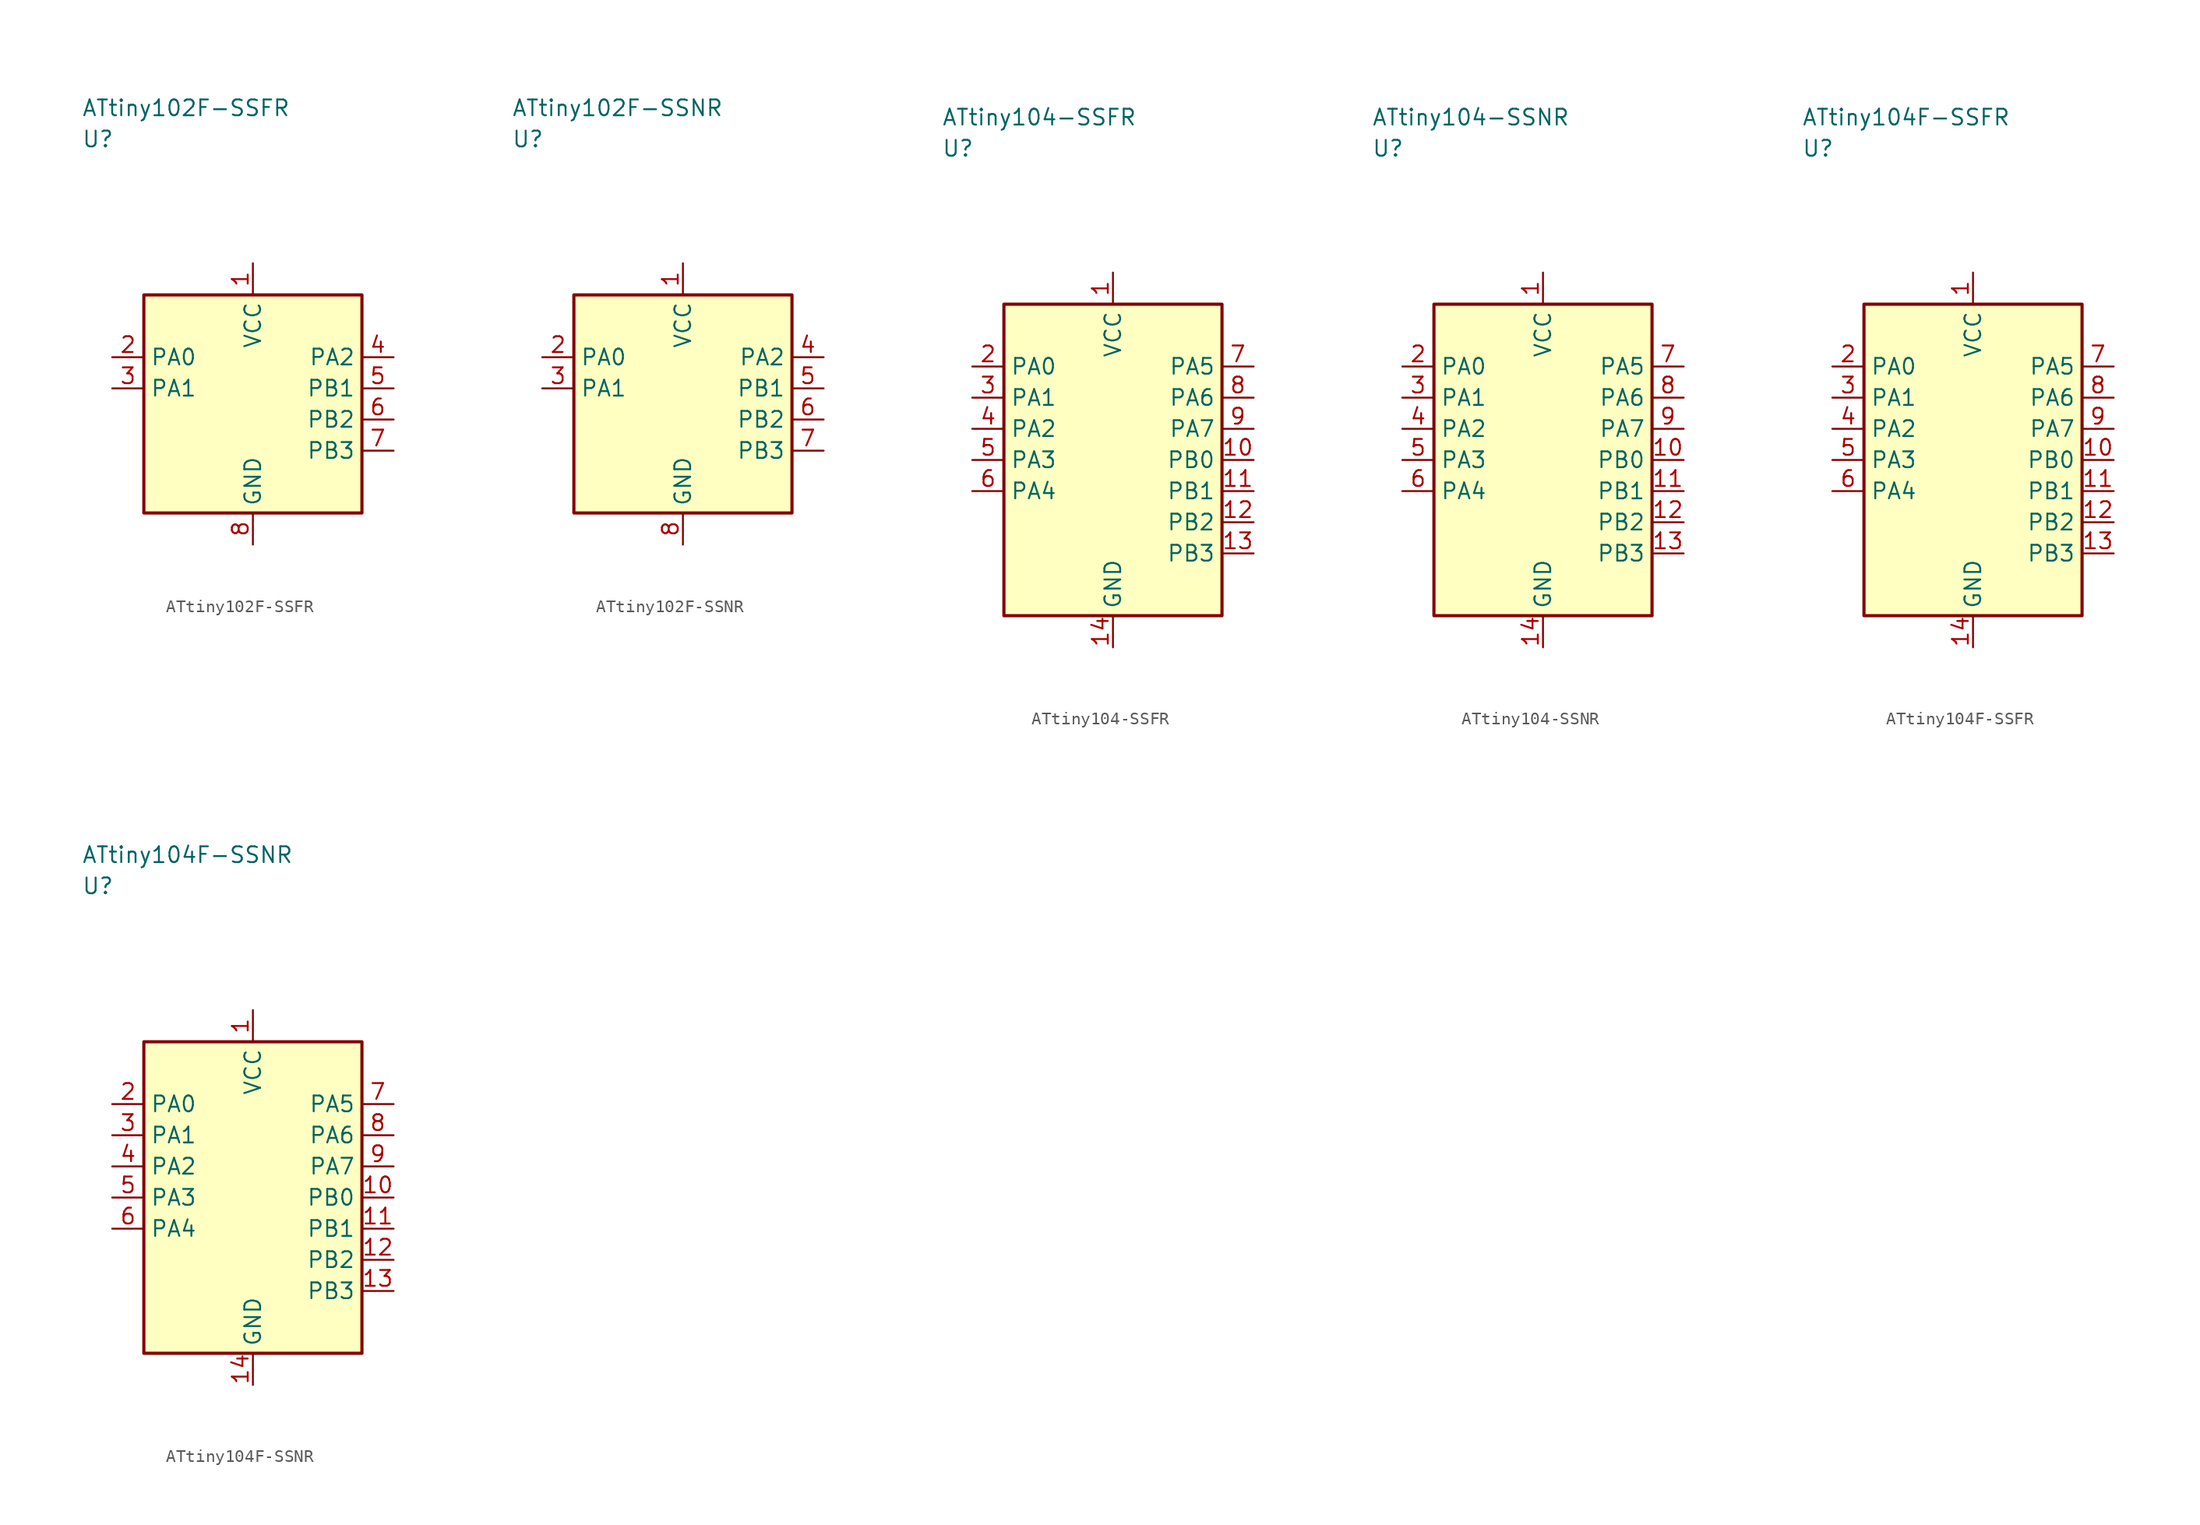
<source format=kicad_sym>
(kicad_symbol_lib
  (version 20241025)
  (generator "kicad_symbol_editor")
  (generator_version "8.0")
  (symbol "ATtiny102F-SSFR"
    (property "Reference" "U"
      (at -13.75 21.25 0)
      (effects (font (size 1.27 1.27)) (justify left)))
    (property "Value" "ATtiny102F-SSFR"
      (at -13.75 23.75 0)
      (effects (font (size 1.27 1.27)) (justify left)))
    (symbol "ATtiny102F-SSFR_0_1"
      (rectangle (start -8.75 8.75) (end 8.75 -8.75) (stroke (width 0.254) (type default)) (fill (type background))))
    (symbol "ATtiny102F-SSFR_1_1"
      (pin power_in line (at 0.0 11.29 270.0) (length 2.54) (name "VCC" (effects (font (size 1.27 1.27)))) (number "1" (effects (font (size 1.27 1.27)))))
      (pin bidirectional line (at -11.29 3.75 0.0) (length 2.54) (name "PA0" (effects (font (size 1.27 1.27)))) (number "2" (effects (font (size 1.27 1.27)))))
      (pin bidirectional line (at -11.29 1.25 0.0) (length 2.54) (name "PA1" (effects (font (size 1.27 1.27)))) (number "3" (effects (font (size 1.27 1.27)))))
      (pin bidirectional line (at 11.29 3.75 180.0) (length 2.54) (name "PA2" (effects (font (size 1.27 1.27)))) (number "4" (effects (font (size 1.27 1.27)))))
      (pin bidirectional line (at 11.29 1.25 180.0) (length 2.54) (name "PB1" (effects (font (size 1.27 1.27)))) (number "5" (effects (font (size 1.27 1.27)))))
      (pin bidirectional line (at 11.29 -1.25 180.0) (length 2.54) (name "PB2" (effects (font (size 1.27 1.27)))) (number "6" (effects (font (size 1.27 1.27)))))
      (pin bidirectional line (at 11.29 -3.75 180.0) (length 2.54) (name "PB3" (effects (font (size 1.27 1.27)))) (number "7" (effects (font (size 1.27 1.27)))))
      (pin passive line (at 0.0 -11.29 90.0) (length 2.54) (name "GND" (effects (font (size 1.27 1.27)))) (number "8" (effects (font (size 1.27 1.27)))))))
  (symbol "ATtiny102F-SSNR"
    (property "Reference" "U"
      (at -13.75 21.25 0)
      (effects (font (size 1.27 1.27)) (justify left)))
    (property "Value" "ATtiny102F-SSNR"
      (at -13.75 23.75 0)
      (effects (font (size 1.27 1.27)) (justify left)))
    (symbol "ATtiny102F-SSNR_0_1"
      (rectangle (start -8.75 8.75) (end 8.75 -8.75) (stroke (width 0.254) (type default)) (fill (type background))))
    (symbol "ATtiny102F-SSNR_1_1"
      (pin power_in line (at 0.0 11.29 270.0) (length 2.54) (name "VCC" (effects (font (size 1.27 1.27)))) (number "1" (effects (font (size 1.27 1.27)))))
      (pin bidirectional line (at -11.29 3.75 0.0) (length 2.54) (name "PA0" (effects (font (size 1.27 1.27)))) (number "2" (effects (font (size 1.27 1.27)))))
      (pin bidirectional line (at -11.29 1.25 0.0) (length 2.54) (name "PA1" (effects (font (size 1.27 1.27)))) (number "3" (effects (font (size 1.27 1.27)))))
      (pin bidirectional line (at 11.29 3.75 180.0) (length 2.54) (name "PA2" (effects (font (size 1.27 1.27)))) (number "4" (effects (font (size 1.27 1.27)))))
      (pin bidirectional line (at 11.29 1.25 180.0) (length 2.54) (name "PB1" (effects (font (size 1.27 1.27)))) (number "5" (effects (font (size 1.27 1.27)))))
      (pin bidirectional line (at 11.29 -1.25 180.0) (length 2.54) (name "PB2" (effects (font (size 1.27 1.27)))) (number "6" (effects (font (size 1.27 1.27)))))
      (pin bidirectional line (at 11.29 -3.75 180.0) (length 2.54) (name "PB3" (effects (font (size 1.27 1.27)))) (number "7" (effects (font (size 1.27 1.27)))))
      (pin passive line (at 0.0 -11.29 90.0) (length 2.54) (name "GND" (effects (font (size 1.27 1.27)))) (number "8" (effects (font (size 1.27 1.27)))))))
  (symbol "ATtiny104-SSFR"
    (property "Reference" "U"
      (at -13.75 25.0 0)
      (effects (font (size 1.27 1.27)) (justify left)))
    (property "Value" "ATtiny104-SSFR"
      (at -13.75 27.5 0)
      (effects (font (size 1.27 1.27)) (justify left)))
    (symbol "ATtiny104-SSFR_0_1"
      (rectangle (start -8.75 12.5) (end 8.75 -12.5) (stroke (width 0.254) (type default)) (fill (type background))))
    (symbol "ATtiny104-SSFR_1_1"
      (pin power_in line (at 0.0 15.04 270.0) (length 2.54) (name "VCC" (effects (font (size 1.27 1.27)))) (number "1" (effects (font (size 1.27 1.27)))))
      (pin bidirectional line (at -11.29 7.5 0.0) (length 2.54) (name "PA0" (effects (font (size 1.27 1.27)))) (number "2" (effects (font (size 1.27 1.27)))))
      (pin bidirectional line (at -11.29 5.0 0.0) (length 2.54) (name "PA1" (effects (font (size 1.27 1.27)))) (number "3" (effects (font (size 1.27 1.27)))))
      (pin bidirectional line (at -11.29 2.5 0.0) (length 2.54) (name "PA2" (effects (font (size 1.27 1.27)))) (number "4" (effects (font (size 1.27 1.27)))))
      (pin bidirectional line (at -11.29 0.0 0.0) (length 2.54) (name "PA3" (effects (font (size 1.27 1.27)))) (number "5" (effects (font (size 1.27 1.27)))))
      (pin bidirectional line (at -11.29 -2.5 0.0) (length 2.54) (name "PA4" (effects (font (size 1.27 1.27)))) (number "6" (effects (font (size 1.27 1.27)))))
      (pin bidirectional line (at 11.29 7.5 180.0) (length 2.54) (name "PA5" (effects (font (size 1.27 1.27)))) (number "7" (effects (font (size 1.27 1.27)))))
      (pin bidirectional line (at 11.29 5.0 180.0) (length 2.54) (name "PA6" (effects (font (size 1.27 1.27)))) (number "8" (effects (font (size 1.27 1.27)))))
      (pin bidirectional line (at 11.29 2.5 180.0) (length 2.54) (name "PA7" (effects (font (size 1.27 1.27)))) (number "9" (effects (font (size 1.27 1.27)))))
      (pin bidirectional line (at 11.29 0.0 180.0) (length 2.54) (name "PB0" (effects (font (size 1.27 1.27)))) (number "10" (effects (font (size 1.27 1.27)))))
      (pin bidirectional line (at 11.29 -2.5 180.0) (length 2.54) (name "PB1" (effects (font (size 1.27 1.27)))) (number "11" (effects (font (size 1.27 1.27)))))
      (pin bidirectional line (at 11.29 -5.0 180.0) (length 2.54) (name "PB2" (effects (font (size 1.27 1.27)))) (number "12" (effects (font (size 1.27 1.27)))))
      (pin bidirectional line (at 11.29 -7.5 180.0) (length 2.54) (name "PB3" (effects (font (size 1.27 1.27)))) (number "13" (effects (font (size 1.27 1.27)))))
      (pin passive line (at 0.0 -15.04 90.0) (length 2.54) (name "GND" (effects (font (size 1.27 1.27)))) (number "14" (effects (font (size 1.27 1.27)))))))
  (symbol "ATtiny104-SSNR"
    (property "Reference" "U"
      (at -13.75 25.0 0)
      (effects (font (size 1.27 1.27)) (justify left)))
    (property "Value" "ATtiny104-SSNR"
      (at -13.75 27.5 0)
      (effects (font (size 1.27 1.27)) (justify left)))
    (symbol "ATtiny104-SSNR_0_1"
      (rectangle (start -8.75 12.5) (end 8.75 -12.5) (stroke (width 0.254) (type default)) (fill (type background))))
    (symbol "ATtiny104-SSNR_1_1"
      (pin power_in line (at 0.0 15.04 270.0) (length 2.54) (name "VCC" (effects (font (size 1.27 1.27)))) (number "1" (effects (font (size 1.27 1.27)))))
      (pin bidirectional line (at -11.29 7.5 0.0) (length 2.54) (name "PA0" (effects (font (size 1.27 1.27)))) (number "2" (effects (font (size 1.27 1.27)))))
      (pin bidirectional line (at -11.29 5.0 0.0) (length 2.54) (name "PA1" (effects (font (size 1.27 1.27)))) (number "3" (effects (font (size 1.27 1.27)))))
      (pin bidirectional line (at -11.29 2.5 0.0) (length 2.54) (name "PA2" (effects (font (size 1.27 1.27)))) (number "4" (effects (font (size 1.27 1.27)))))
      (pin bidirectional line (at -11.29 0.0 0.0) (length 2.54) (name "PA3" (effects (font (size 1.27 1.27)))) (number "5" (effects (font (size 1.27 1.27)))))
      (pin bidirectional line (at -11.29 -2.5 0.0) (length 2.54) (name "PA4" (effects (font (size 1.27 1.27)))) (number "6" (effects (font (size 1.27 1.27)))))
      (pin bidirectional line (at 11.29 7.5 180.0) (length 2.54) (name "PA5" (effects (font (size 1.27 1.27)))) (number "7" (effects (font (size 1.27 1.27)))))
      (pin bidirectional line (at 11.29 5.0 180.0) (length 2.54) (name "PA6" (effects (font (size 1.27 1.27)))) (number "8" (effects (font (size 1.27 1.27)))))
      (pin bidirectional line (at 11.29 2.5 180.0) (length 2.54) (name "PA7" (effects (font (size 1.27 1.27)))) (number "9" (effects (font (size 1.27 1.27)))))
      (pin bidirectional line (at 11.29 0.0 180.0) (length 2.54) (name "PB0" (effects (font (size 1.27 1.27)))) (number "10" (effects (font (size 1.27 1.27)))))
      (pin bidirectional line (at 11.29 -2.5 180.0) (length 2.54) (name "PB1" (effects (font (size 1.27 1.27)))) (number "11" (effects (font (size 1.27 1.27)))))
      (pin bidirectional line (at 11.29 -5.0 180.0) (length 2.54) (name "PB2" (effects (font (size 1.27 1.27)))) (number "12" (effects (font (size 1.27 1.27)))))
      (pin bidirectional line (at 11.29 -7.5 180.0) (length 2.54) (name "PB3" (effects (font (size 1.27 1.27)))) (number "13" (effects (font (size 1.27 1.27)))))
      (pin passive line (at 0.0 -15.04 90.0) (length 2.54) (name "GND" (effects (font (size 1.27 1.27)))) (number "14" (effects (font (size 1.27 1.27)))))))
  (symbol "ATtiny104F-SSFR"
    (property "Reference" "U"
      (at -13.75 25.0 0)
      (effects (font (size 1.27 1.27)) (justify left)))
    (property "Value" "ATtiny104F-SSFR"
      (at -13.75 27.5 0)
      (effects (font (size 1.27 1.27)) (justify left)))
    (symbol "ATtiny104F-SSFR_0_1"
      (rectangle (start -8.75 12.5) (end 8.75 -12.5) (stroke (width 0.254) (type default)) (fill (type background))))
    (symbol "ATtiny104F-SSFR_1_1"
      (pin power_in line (at 0.0 15.04 270.0) (length 2.54) (name "VCC" (effects (font (size 1.27 1.27)))) (number "1" (effects (font (size 1.27 1.27)))))
      (pin bidirectional line (at -11.29 7.5 0.0) (length 2.54) (name "PA0" (effects (font (size 1.27 1.27)))) (number "2" (effects (font (size 1.27 1.27)))))
      (pin bidirectional line (at -11.29 5.0 0.0) (length 2.54) (name "PA1" (effects (font (size 1.27 1.27)))) (number "3" (effects (font (size 1.27 1.27)))))
      (pin bidirectional line (at -11.29 2.5 0.0) (length 2.54) (name "PA2" (effects (font (size 1.27 1.27)))) (number "4" (effects (font (size 1.27 1.27)))))
      (pin bidirectional line (at -11.29 0.0 0.0) (length 2.54) (name "PA3" (effects (font (size 1.27 1.27)))) (number "5" (effects (font (size 1.27 1.27)))))
      (pin bidirectional line (at -11.29 -2.5 0.0) (length 2.54) (name "PA4" (effects (font (size 1.27 1.27)))) (number "6" (effects (font (size 1.27 1.27)))))
      (pin bidirectional line (at 11.29 7.5 180.0) (length 2.54) (name "PA5" (effects (font (size 1.27 1.27)))) (number "7" (effects (font (size 1.27 1.27)))))
      (pin bidirectional line (at 11.29 5.0 180.0) (length 2.54) (name "PA6" (effects (font (size 1.27 1.27)))) (number "8" (effects (font (size 1.27 1.27)))))
      (pin bidirectional line (at 11.29 2.5 180.0) (length 2.54) (name "PA7" (effects (font (size 1.27 1.27)))) (number "9" (effects (font (size 1.27 1.27)))))
      (pin bidirectional line (at 11.29 0.0 180.0) (length 2.54) (name "PB0" (effects (font (size 1.27 1.27)))) (number "10" (effects (font (size 1.27 1.27)))))
      (pin bidirectional line (at 11.29 -2.5 180.0) (length 2.54) (name "PB1" (effects (font (size 1.27 1.27)))) (number "11" (effects (font (size 1.27 1.27)))))
      (pin bidirectional line (at 11.29 -5.0 180.0) (length 2.54) (name "PB2" (effects (font (size 1.27 1.27)))) (number "12" (effects (font (size 1.27 1.27)))))
      (pin bidirectional line (at 11.29 -7.5 180.0) (length 2.54) (name "PB3" (effects (font (size 1.27 1.27)))) (number "13" (effects (font (size 1.27 1.27)))))
      (pin passive line (at 0.0 -15.04 90.0) (length 2.54) (name "GND" (effects (font (size 1.27 1.27)))) (number "14" (effects (font (size 1.27 1.27)))))))
  (symbol "ATtiny104F-SSNR"
    (property "Reference" "U"
      (at -13.75 25.0 0)
      (effects (font (size 1.27 1.27)) (justify left)))
    (property "Value" "ATtiny104F-SSNR"
      (at -13.75 27.5 0)
      (effects (font (size 1.27 1.27)) (justify left)))
    (symbol "ATtiny104F-SSNR_0_1"
      (rectangle (start -8.75 12.5) (end 8.75 -12.5) (stroke (width 0.254) (type default)) (fill (type background))))
    (symbol "ATtiny104F-SSNR_1_1"
      (pin power_in line (at 0.0 15.04 270.0) (length 2.54) (name "VCC" (effects (font (size 1.27 1.27)))) (number "1" (effects (font (size 1.27 1.27)))))
      (pin bidirectional line (at -11.29 7.5 0.0) (length 2.54) (name "PA0" (effects (font (size 1.27 1.27)))) (number "2" (effects (font (size 1.27 1.27)))))
      (pin bidirectional line (at -11.29 5.0 0.0) (length 2.54) (name "PA1" (effects (font (size 1.27 1.27)))) (number "3" (effects (font (size 1.27 1.27)))))
      (pin bidirectional line (at -11.29 2.5 0.0) (length 2.54) (name "PA2" (effects (font (size 1.27 1.27)))) (number "4" (effects (font (size 1.27 1.27)))))
      (pin bidirectional line (at -11.29 0.0 0.0) (length 2.54) (name "PA3" (effects (font (size 1.27 1.27)))) (number "5" (effects (font (size 1.27 1.27)))))
      (pin bidirectional line (at -11.29 -2.5 0.0) (length 2.54) (name "PA4" (effects (font (size 1.27 1.27)))) (number "6" (effects (font (size 1.27 1.27)))))
      (pin bidirectional line (at 11.29 7.5 180.0) (length 2.54) (name "PA5" (effects (font (size 1.27 1.27)))) (number "7" (effects (font (size 1.27 1.27)))))
      (pin bidirectional line (at 11.29 5.0 180.0) (length 2.54) (name "PA6" (effects (font (size 1.27 1.27)))) (number "8" (effects (font (size 1.27 1.27)))))
      (pin bidirectional line (at 11.29 2.5 180.0) (length 2.54) (name "PA7" (effects (font (size 1.27 1.27)))) (number "9" (effects (font (size 1.27 1.27)))))
      (pin bidirectional line (at 11.29 0.0 180.0) (length 2.54) (name "PB0" (effects (font (size 1.27 1.27)))) (number "10" (effects (font (size 1.27 1.27)))))
      (pin bidirectional line (at 11.29 -2.5 180.0) (length 2.54) (name "PB1" (effects (font (size 1.27 1.27)))) (number "11" (effects (font (size 1.27 1.27)))))
      (pin bidirectional line (at 11.29 -5.0 180.0) (length 2.54) (name "PB2" (effects (font (size 1.27 1.27)))) (number "12" (effects (font (size 1.27 1.27)))))
      (pin bidirectional line (at 11.29 -7.5 180.0) (length 2.54) (name "PB3" (effects (font (size 1.27 1.27)))) (number "13" (effects (font (size 1.27 1.27)))))
      (pin passive line (at 0.0 -15.04 90.0) (length 2.54) (name "GND" (effects (font (size 1.27 1.27)))) (number "14" (effects (font (size 1.27 1.27))))))))
</source>
